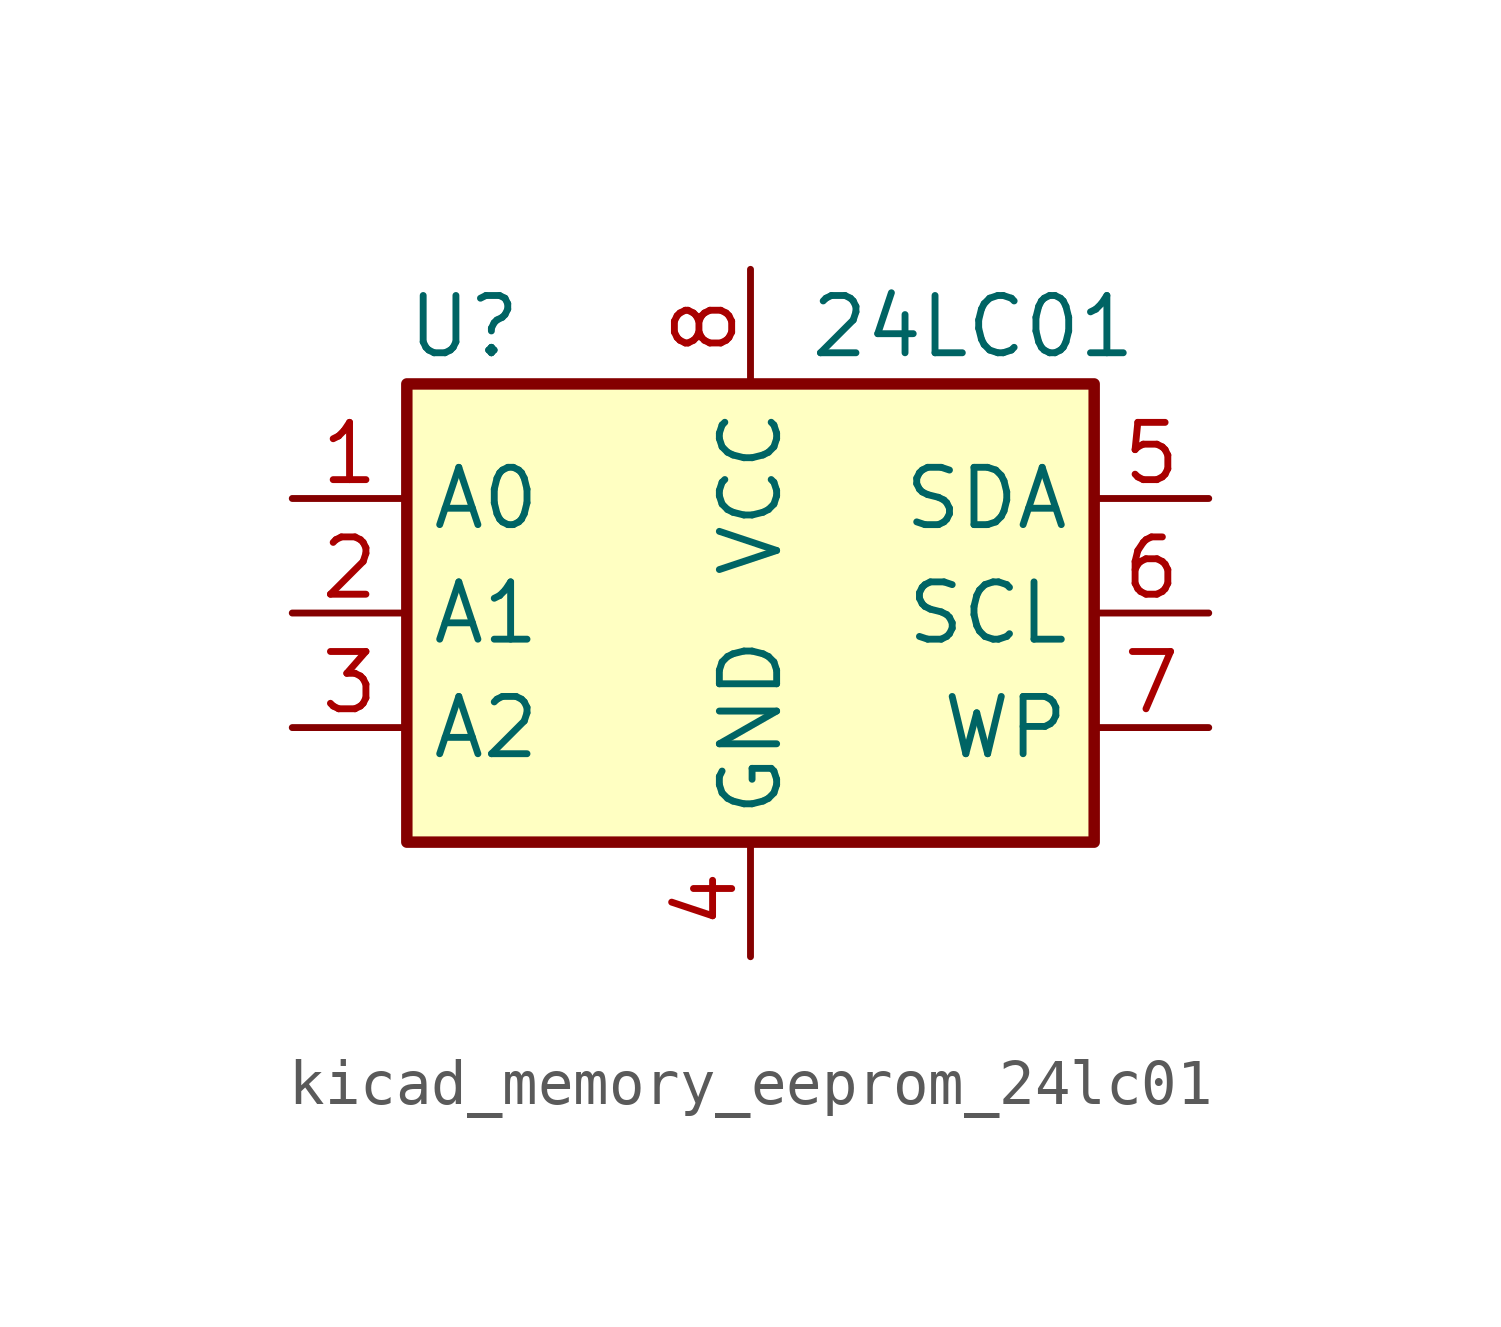
<source format=kicad_sym>
(kicad_symbol_lib
  (version 20220914)
  (generator kicad_symbol_editor)
  (symbol "kicad_memory_eeprom_24lc01"
    (property "Reference" "U"
      (at -6.35 6.35 0)
      (effects (font (size 1.27 1.27))))
    (property "Value" "24LC01"
      (at 1.27 6.35 0)
      (effects (font (size 1.27 1.27)) (justify left)))
    (symbol "kicad_memory_eeprom_24lc01_1_1"
      (rectangle (start -7.62 5.08) (end 7.62 -5.08) (stroke (width 0.254) (type default)) (fill (type background)))
      (pin input line (at -10.16 2.54 0) (length 2.54) (name "A0" (effects (font (size 1.27 1.27)))) (number "1" (effects (font (size 1.27 1.27)))))
      (pin input line (at -10.16 0 0) (length 2.54) (name "A1" (effects (font (size 1.27 1.27)))) (number "2" (effects (font (size 1.27 1.27)))))
      (pin input line (at -10.16 -2.54 0) (length 2.54) (name "A2" (effects (font (size 1.27 1.27)))) (number "3" (effects (font (size 1.27 1.27)))))
      (pin power_in line (at 0 -7.62 90) (length 2.54) (name "GND" (effects (font (size 1.27 1.27)))) (number "4" (effects (font (size 1.27 1.27)))))
      (pin bidirectional line (at 10.16 2.54 180) (length 2.54) (name "SDA" (effects (font (size 1.27 1.27)))) (number "5" (effects (font (size 1.27 1.27)))))
      (pin input line (at 10.16 0 180) (length 2.54) (name "SCL" (effects (font (size 1.27 1.27)))) (number "6" (effects (font (size 1.27 1.27)))))
      (pin input line (at 10.16 -2.54 180) (length 2.54) (name "WP" (effects (font (size 1.27 1.27)))) (number "7" (effects (font (size 1.27 1.27)))))
      (pin power_in line (at 0 7.62 270) (length 2.54) (name "VCC" (effects (font (size 1.27 1.27)))) (number "8" (effects (font (size 1.27 1.27))))))))
</source>
